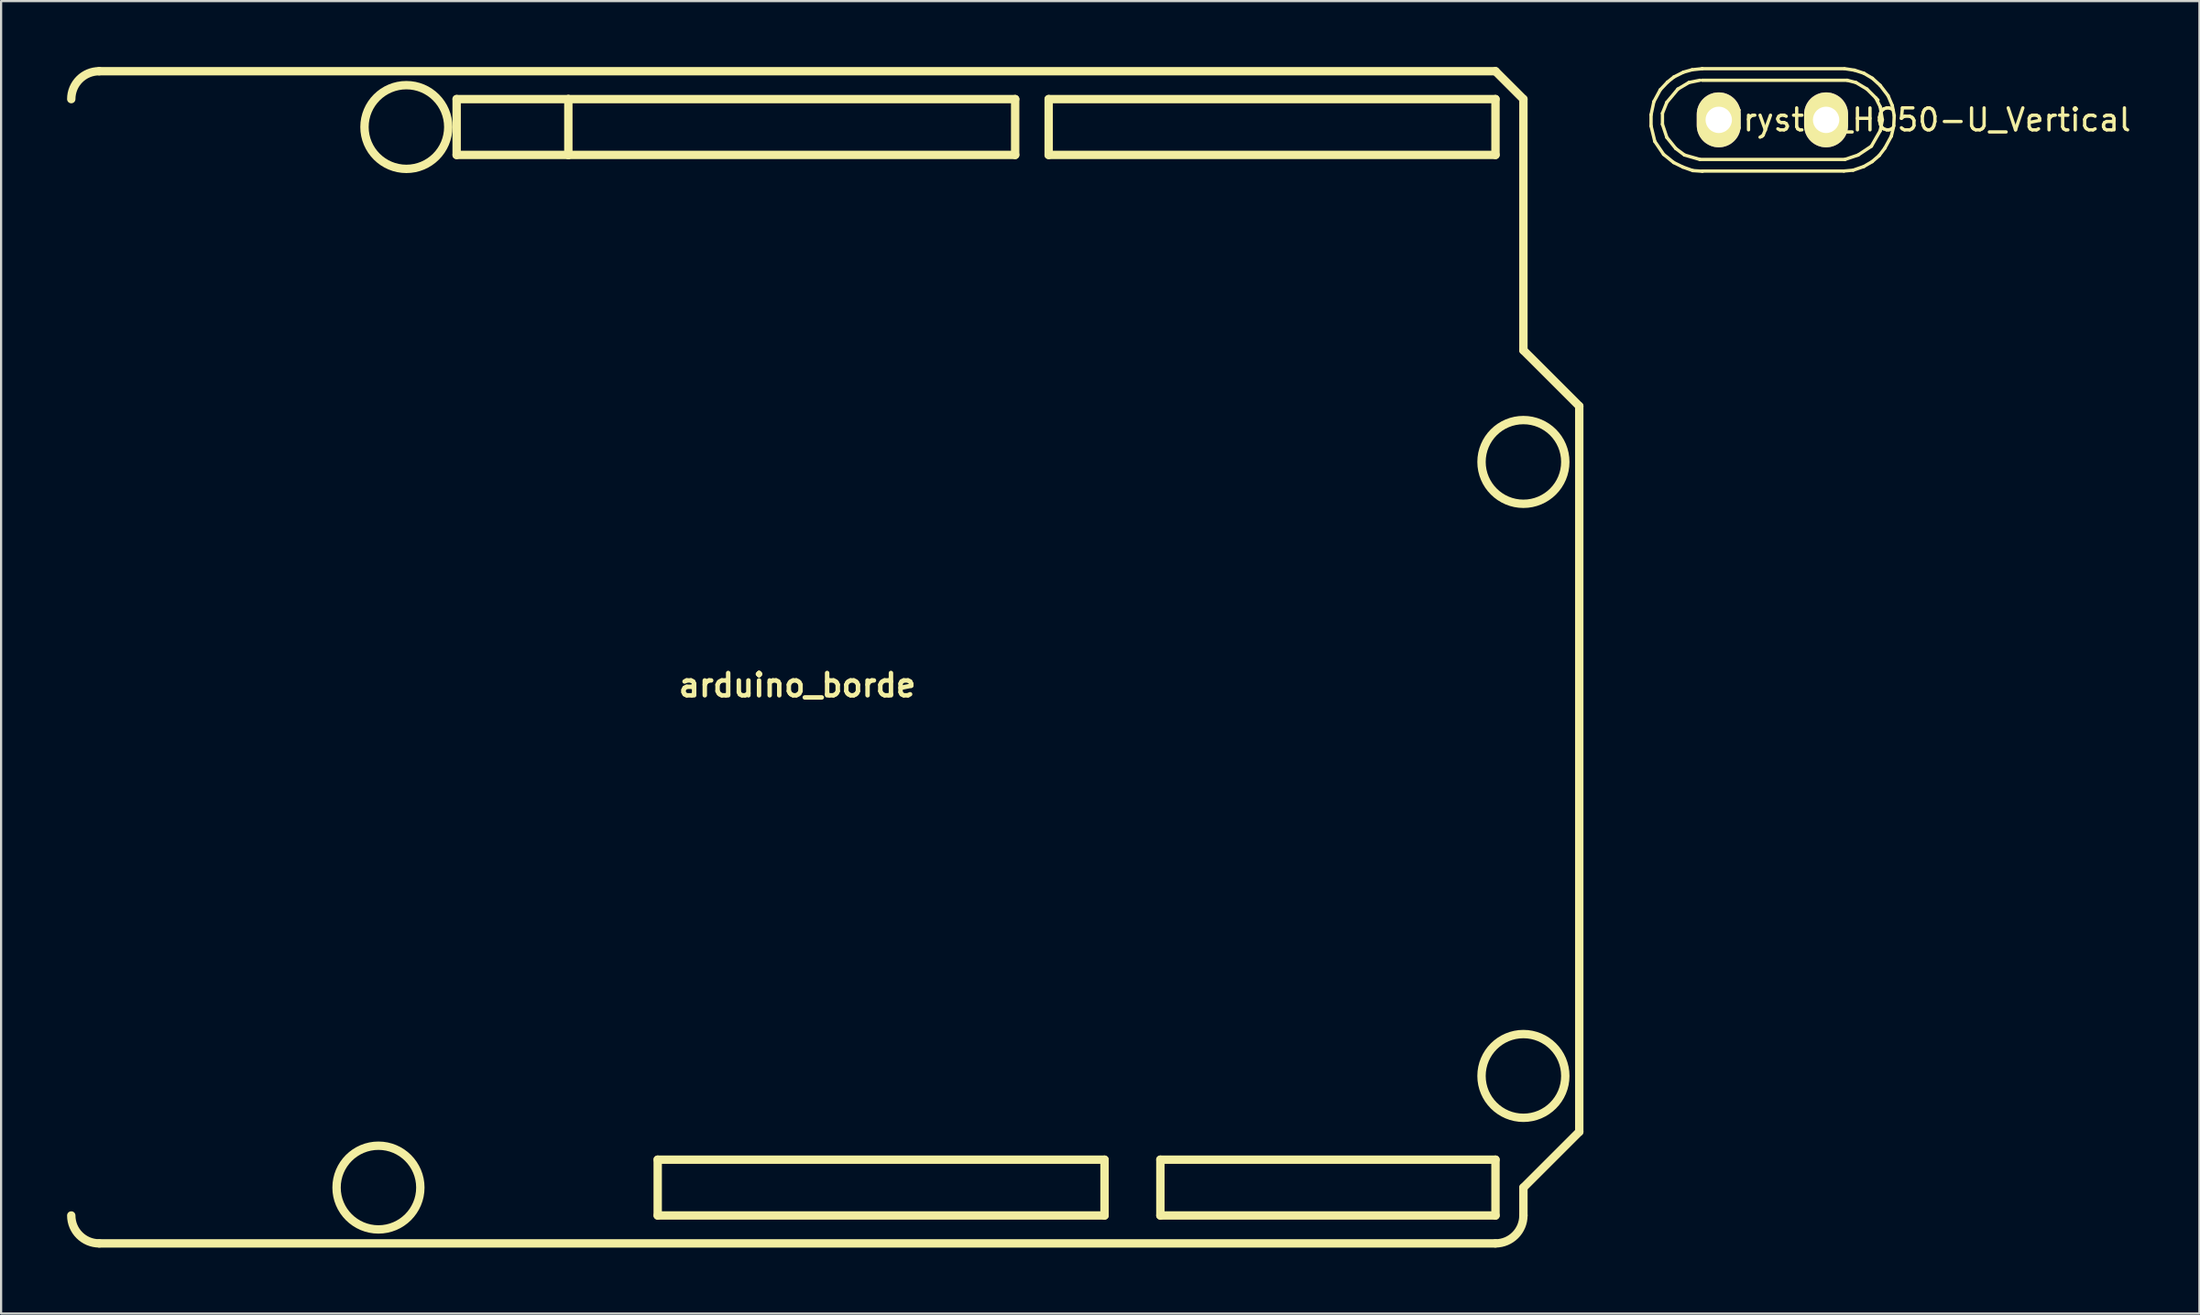
<source format=kicad_pcb>
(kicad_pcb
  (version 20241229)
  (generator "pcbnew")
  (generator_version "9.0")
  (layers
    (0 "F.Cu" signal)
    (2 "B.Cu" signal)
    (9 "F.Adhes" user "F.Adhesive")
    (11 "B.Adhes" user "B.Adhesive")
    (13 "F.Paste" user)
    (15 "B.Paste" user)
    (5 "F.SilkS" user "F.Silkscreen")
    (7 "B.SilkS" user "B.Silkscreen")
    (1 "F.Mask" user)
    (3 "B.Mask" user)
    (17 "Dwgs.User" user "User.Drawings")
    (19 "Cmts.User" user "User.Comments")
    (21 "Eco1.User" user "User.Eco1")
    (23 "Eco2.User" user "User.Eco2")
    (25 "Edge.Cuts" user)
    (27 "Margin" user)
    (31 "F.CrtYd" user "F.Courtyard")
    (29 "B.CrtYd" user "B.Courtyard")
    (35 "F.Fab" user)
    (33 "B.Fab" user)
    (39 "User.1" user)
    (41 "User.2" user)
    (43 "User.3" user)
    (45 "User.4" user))
  (footprint "arduino_borde"
    (layer "F.Cu")
    (at 33.211 26.86)
    (property "Reference" "arduino_borde" (at 0 1.27 0) (layer "F.SilkS") (effects (font (size 1.016 1.016) (thickness 0.203))))
    (attr through_hole)
    (fp_line (start -31.75 26.67) (end 31.75 26.67) (stroke (width 0.381) (type solid)) (layer "F.SilkS"))
    (fp_line (start -15.494 -25.4) (end -15.494 -22.86) (stroke (width 0.381) (type solid)) (layer "F.SilkS"))
    (fp_line (start -15.494 -22.86) (end -10.414 -22.86) (stroke (width 0.381) (type solid)) (layer "F.SilkS"))
    (fp_line (start -10.414 -25.4) (end -15.494 -25.4) (stroke (width 0.381) (type solid)) (layer "F.SilkS"))
    (fp_line (start -10.414 -22.86) (end -10.414 -25.4) (stroke (width 0.381) (type solid)) (layer "F.SilkS"))
    (fp_line (start -6.35 25.4) (end -6.35 22.86) (stroke (width 0.381) (type solid)) (layer "F.SilkS"))
    (fp_line (start -6.35 25.4) (end 13.97 25.4) (stroke (width 0.381) (type solid)) (layer "F.SilkS"))
    (fp_line (start 9.906 -25.4) (end -10.414 -25.4) (stroke (width 0.381) (type solid)) (layer "F.SilkS"))
    (fp_line (start 9.906 -22.86) (end -10.414 -22.86) (stroke (width 0.381) (type solid)) (layer "F.SilkS"))
    (fp_line (start 9.906 -22.86) (end 9.906 -25.4) (stroke (width 0.381) (type solid)) (layer "F.SilkS"))
    (fp_line (start 11.43 -25.4) (end 31.75 -25.4) (stroke (width 0.381) (type solid)) (layer "F.SilkS"))
    (fp_line (start 11.43 -22.86) (end 11.43 -25.4) (stroke (width 0.381) (type solid)) (layer "F.SilkS"))
    (fp_line (start 13.97 22.86) (end -6.35 22.86) (stroke (width 0.381) (type solid)) (layer "F.SilkS"))
    (fp_line (start 13.97 22.86) (end 13.97 25.4) (stroke (width 0.381) (type solid)) (layer "F.SilkS"))
    (fp_line (start 16.51 22.86) (end 16.51 25.4) (stroke (width 0.381) (type solid)) (layer "F.SilkS"))
    (fp_line (start 16.51 22.86) (end 31.75 22.86) (stroke (width 0.381) (type solid)) (layer "F.SilkS"))
    (fp_line (start 31.75 -26.67) (end -31.75 -26.67) (stroke (width 0.381) (type solid)) (layer "F.SilkS"))
    (fp_line (start 31.75 -26.67) (end 33.02 -25.4) (stroke (width 0.381) (type solid)) (layer "F.SilkS"))
    (fp_line (start 31.75 -25.4) (end 31.75 -22.86) (stroke (width 0.381) (type solid)) (layer "F.SilkS"))
    (fp_line (start 31.75 -22.86) (end 11.43 -22.86) (stroke (width 0.381) (type solid)) (layer "F.SilkS"))
    (fp_line (start 31.75 25.4) (end 16.51 25.4) (stroke (width 0.381) (type solid)) (layer "F.SilkS"))
    (fp_line (start 31.75 25.4) (end 31.75 22.86) (stroke (width 0.381) (type solid)) (layer "F.SilkS"))
    (fp_line (start 33.02 -25.4) (end 33.02 -13.97) (stroke (width 0.381) (type solid)) (layer "F.SilkS"))
    (fp_line (start 33.02 -13.97) (end 35.56 -11.43) (stroke (width 0.381) (type solid)) (layer "F.SilkS"))
    (fp_line (start 33.02 24.13) (end 33.02 25.4) (stroke (width 0.381) (type solid)) (layer "F.SilkS"))
    (fp_line (start 35.56 21.59) (end 33.02 24.13) (stroke (width 0.381) (type solid)) (layer "F.SilkS"))
    (fp_line (start 35.56 21.59) (end 35.56 -11.43) (stroke (width 0.381) (type solid)) (layer "F.SilkS"))
    (fp_arc (start -33.02 -25.4) (mid -32.648026 -26.298026) (end -31.75 -26.67) (stroke (width 0.381) (type solid)) (layer "F.SilkS"))
    (fp_arc (start -31.75 26.67) (mid -32.648026 26.298026) (end -33.02 25.4) (stroke (width 0.381) (type solid)) (layer "F.SilkS"))
    (fp_arc (start 33.02 25.4) (mid 32.648026 26.298026) (end 31.75 26.67) (stroke (width 0.381) (type solid)) (layer "F.SilkS"))
    (fp_circle (center -19.05 24.13) (end -17.145 24.13) (stroke (width 0.381) (type solid)) (fill no) (layer "F.SilkS"))
    (fp_circle (center -17.78 -24.13) (end -15.875 -24.13) (stroke (width 0.381) (type solid)) (fill no) (layer "F.SilkS"))
    (fp_circle (center 33.02 -8.89) (end 34.925 -8.89) (stroke (width 0.381) (type solid)) (fill no) (layer "F.SilkS"))
    (fp_circle (center 33.02 19.05) (end 34.925 19.05) (stroke (width 0.381) (type solid)) (fill no) (layer "F.SilkS")))
  (footprint "Crystal_HC50-U_Vertical"
    (layer "F.Cu")
    (at 77.555 2.404)
    (property "Reference" "Crystal_HC50-U_Vertical" (at 6.985 0 0) (layer "F.SilkS") (effects (font (size 1 1) (thickness 0.15))))
    (attr through_hole)
    (fp_line (start -5.519 -0.231) (end -5.519 0.279) (stroke (width 0.15) (type solid)) (layer "F.SilkS"))
    (fp_line (start -5.519 0.279) (end -5.349 0.98) (stroke (width 0.15) (type solid)) (layer "F.SilkS"))
    (fp_line (start -5.39 -0.831) (end -5.519 -0.231) (stroke (width 0.15) (type solid)) (layer "F.SilkS"))
    (fp_line (start -5.349 0.98) (end -4.95 1.57) (stroke (width 0.15) (type solid)) (layer "F.SilkS"))
    (fp_line (start -5.1 -1.369) (end -5.39 -0.831) (stroke (width 0.15) (type solid)) (layer "F.SilkS"))
    (fp_line (start -5.001 -0.3) (end -4.801 -0.8) (stroke (width 0.15) (type solid)) (layer "F.SilkS"))
    (fp_line (start -5.001 0.201) (end -5.001 -0.3) (stroke (width 0.15) (type solid)) (layer "F.SilkS"))
    (fp_line (start -4.95 1.57) (end -4.491 1.941) (stroke (width 0.15) (type solid)) (layer "F.SilkS"))
    (fp_line (start -4.801 -0.8) (end -4.3 -1.4) (stroke (width 0.15) (type solid)) (layer "F.SilkS"))
    (fp_line (start -4.801 0.8) (end -5.001 0.201) (stroke (width 0.15) (type solid)) (layer "F.SilkS"))
    (fp_line (start -4.77 -1.72) (end -5.1 -1.369) (stroke (width 0.15) (type solid)) (layer "F.SilkS"))
    (fp_line (start -4.491 1.941) (end -4.069 2.149) (stroke (width 0.15) (type solid)) (layer "F.SilkS"))
    (fp_line (start -4.481 -1.951) (end -4.77 -1.72) (stroke (width 0.15) (type solid)) (layer "F.SilkS"))
    (fp_line (start -4.399 1.3) (end -4.801 0.8) (stroke (width 0.15) (type solid)) (layer "F.SilkS"))
    (fp_line (start -4.3 -1.4) (end -3.8 -1.699) (stroke (width 0.15) (type solid)) (layer "F.SilkS"))
    (fp_line (start -4.069 2.149) (end -3.619 2.309) (stroke (width 0.15) (type solid)) (layer "F.SilkS"))
    (fp_line (start -4.049 -2.169) (end -4.481 -1.951) (stroke (width 0.15) (type solid)) (layer "F.SilkS"))
    (fp_line (start -4 1.6) (end -4.399 1.3) (stroke (width 0.15) (type solid)) (layer "F.SilkS"))
    (fp_line (start -3.8 -1.699) (end -3.299 -1.801) (stroke (width 0.15) (type solid)) (layer "F.SilkS"))
    (fp_line (start -3.65 -2.281) (end -4.049 -2.169) (stroke (width 0.15) (type solid)) (layer "F.SilkS"))
    (fp_line (start -3.619 2.309) (end -3.18 2.339) (stroke (width 0.15) (type solid)) (layer "F.SilkS"))
    (fp_line (start -3.299 1.801) (end -4 1.6) (stroke (width 0.15) (type solid)) (layer "F.SilkS"))
    (fp_line (start -3.2 -2.329) (end 3.251 -2.329) (stroke (width 0.15) (type solid)) (layer "F.SilkS"))
    (fp_line (start -3.2 -1.801) (end 3.401 -1.801) (stroke (width 0.15) (type solid)) (layer "F.SilkS"))
    (fp_line (start -3.2 2.329) (end 3.251 2.329) (stroke (width 0.15) (type solid)) (layer "F.SilkS"))
    (fp_line (start -3.19 -2.329) (end -3.65 -2.281) (stroke (width 0.15) (type solid)) (layer "F.SilkS"))
    (fp_line (start 3.251 2.329) (end 3.67 2.291) (stroke (width 0.15) (type solid)) (layer "F.SilkS"))
    (fp_line (start 3.299 1.801) (end -3.299 1.801) (stroke (width 0.15) (type solid)) (layer "F.SilkS"))
    (fp_line (start 3.401 -1.801) (end 3.8 -1.699) (stroke (width 0.15) (type solid)) (layer "F.SilkS"))
    (fp_line (start 3.67 2.291) (end 4.161 2.121) (stroke (width 0.15) (type solid)) (layer "F.SilkS"))
    (fp_line (start 3.731 -2.261) (end 3.289 -2.329) (stroke (width 0.15) (type solid)) (layer "F.SilkS"))
    (fp_line (start 3.8 -1.699) (end 4.3 -1.4) (stroke (width 0.15) (type solid)) (layer "F.SilkS"))
    (fp_line (start 3.899 1.6) (end 3.299 1.801) (stroke (width 0.15) (type solid)) (layer "F.SilkS"))
    (fp_line (start 4.161 -2.121) (end 3.731 -2.261) (stroke (width 0.15) (type solid)) (layer "F.SilkS"))
    (fp_line (start 4.161 2.121) (end 4.539 1.9) (stroke (width 0.15) (type solid)) (layer "F.SilkS"))
    (fp_line (start 4.3 -1.4) (end 4.801 -0.899) (stroke (width 0.15) (type solid)) (layer "F.SilkS"))
    (fp_line (start 4.501 1.199) (end 3.899 1.6) (stroke (width 0.15) (type solid)) (layer "F.SilkS"))
    (fp_line (start 4.539 1.9) (end 4.859 1.621) (stroke (width 0.15) (type solid)) (layer "F.SilkS"))
    (fp_line (start 4.549 -1.89) (end 4.161 -2.121) (stroke (width 0.15) (type solid)) (layer "F.SilkS"))
    (fp_line (start 4.699 -1.001) (end 4.9 -0.599) (stroke (width 0.15) (type solid)) (layer "F.SilkS"))
    (fp_line (start 4.859 1.621) (end 5.11 1.29) (stroke (width 0.15) (type solid)) (layer "F.SilkS"))
    (fp_line (start 4.9 -1.57) (end 4.549 -1.89) (stroke (width 0.15) (type solid)) (layer "F.SilkS"))
    (fp_line (start 4.9 -0.599) (end 5.001 0) (stroke (width 0.15) (type solid)) (layer "F.SilkS"))
    (fp_line (start 4.9 0.5) (end 4.501 1.199) (stroke (width 0.15) (type solid)) (layer "F.SilkS"))
    (fp_line (start 5.001 0) (end 4.9 0.5) (stroke (width 0.15) (type solid)) (layer "F.SilkS"))
    (fp_line (start 5.11 1.29) (end 5.41 0.739) (stroke (width 0.15) (type solid)) (layer "F.SilkS"))
    (fp_line (start 5.26 -1.1) (end 4.9 -1.57) (stroke (width 0.15) (type solid)) (layer "F.SilkS"))
    (fp_line (start 5.41 0.739) (end 5.519 0.269) (stroke (width 0.15) (type solid)) (layer "F.SilkS"))
    (fp_line (start 5.451 -0.65) (end 5.26 -1.1) (stroke (width 0.15) (type solid)) (layer "F.SilkS"))
    (fp_line (start 5.519 0.269) (end 5.54 -0.191) (stroke (width 0.15) (type solid)) (layer "F.SilkS"))
    (fp_line (start 5.54 -0.191) (end 5.451 -0.65) (stroke (width 0.15) (type solid)) (layer "F.SilkS"))
    (pad "1" thru_hole oval (at -2.441 0) (size 1.999 2.499) (drill 1.199) (layers "*.Cu" "*.Mask" "F.SilkS"))
    (pad "2" thru_hole oval (at 2.441 0) (size 1.999 2.499) (drill 1.199) (layers "*.Cu" "*.Mask" "F.SilkS")))
  (gr_rect
    (start -3 -3)
    (end 96.975 56.721)
    (stroke (width 0.1) (type default))
    (fill no)
    (layer "Edge.Cuts")))
</source>
